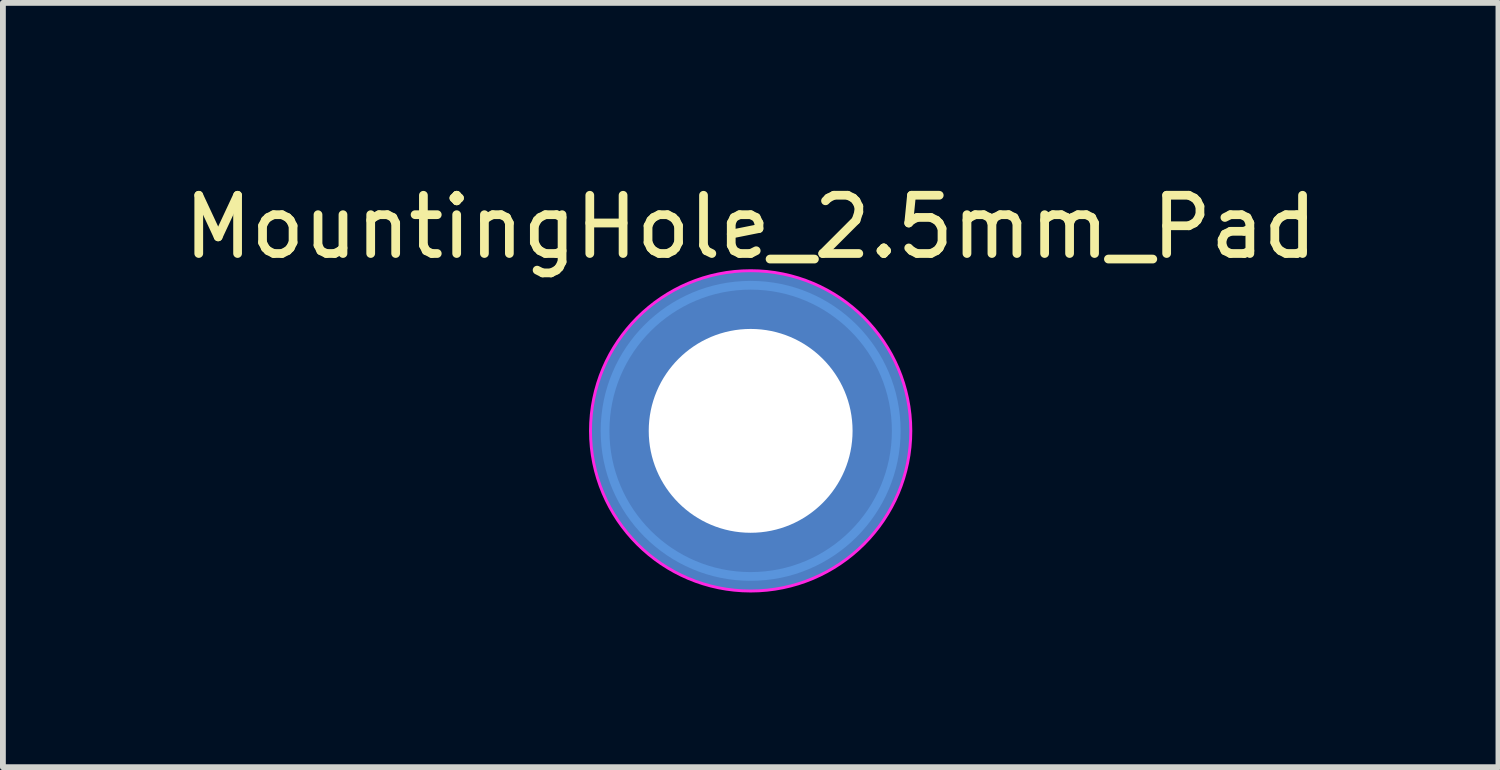
<source format=kicad_pcb>
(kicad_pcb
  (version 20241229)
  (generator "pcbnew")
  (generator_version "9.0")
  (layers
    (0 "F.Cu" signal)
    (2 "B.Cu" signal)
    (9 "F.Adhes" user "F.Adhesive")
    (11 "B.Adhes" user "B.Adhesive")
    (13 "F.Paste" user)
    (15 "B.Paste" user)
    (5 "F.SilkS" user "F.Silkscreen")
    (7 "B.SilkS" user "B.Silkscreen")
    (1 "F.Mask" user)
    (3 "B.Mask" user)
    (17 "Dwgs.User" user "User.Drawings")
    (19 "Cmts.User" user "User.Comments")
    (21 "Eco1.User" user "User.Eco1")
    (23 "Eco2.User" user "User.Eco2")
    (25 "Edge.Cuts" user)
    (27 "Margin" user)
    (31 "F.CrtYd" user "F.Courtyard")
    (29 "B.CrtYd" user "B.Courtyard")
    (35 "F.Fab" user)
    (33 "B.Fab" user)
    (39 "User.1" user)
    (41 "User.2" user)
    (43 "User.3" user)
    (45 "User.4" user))
  (footprint "MountingHole_2.5mm_Pad"
    (layer "F.Cu")
    (at 9.839 4.348)
    (property "Reference" "MountingHole_2.5mm_Pad" (at 0 -3.5 0) (layer "F.SilkS") (effects (font (size 1 1) (thickness 0.15))))
    (attr through_hole)
    (fp_circle (center 0 0) (end 2.5 0) (stroke (width 0.15) (type solid)) (fill no) (layer "Cmts.User"))
    (fp_circle (center 0 0) (end 2.75 0) (stroke (width 0.05) (type solid)) (fill no) (layer "F.CrtYd"))
    (pad "1" thru_hole circle (at 0 0) (size 5.5 5.5) (drill 3.5) (layers "*.Cu" "*.Mask")))
  (gr_rect
    (start -3 -3)
    (end 22.679 10.123)
    (stroke (width 0.1) (type default))
    (fill no)
    (layer "Edge.Cuts")))
</source>
